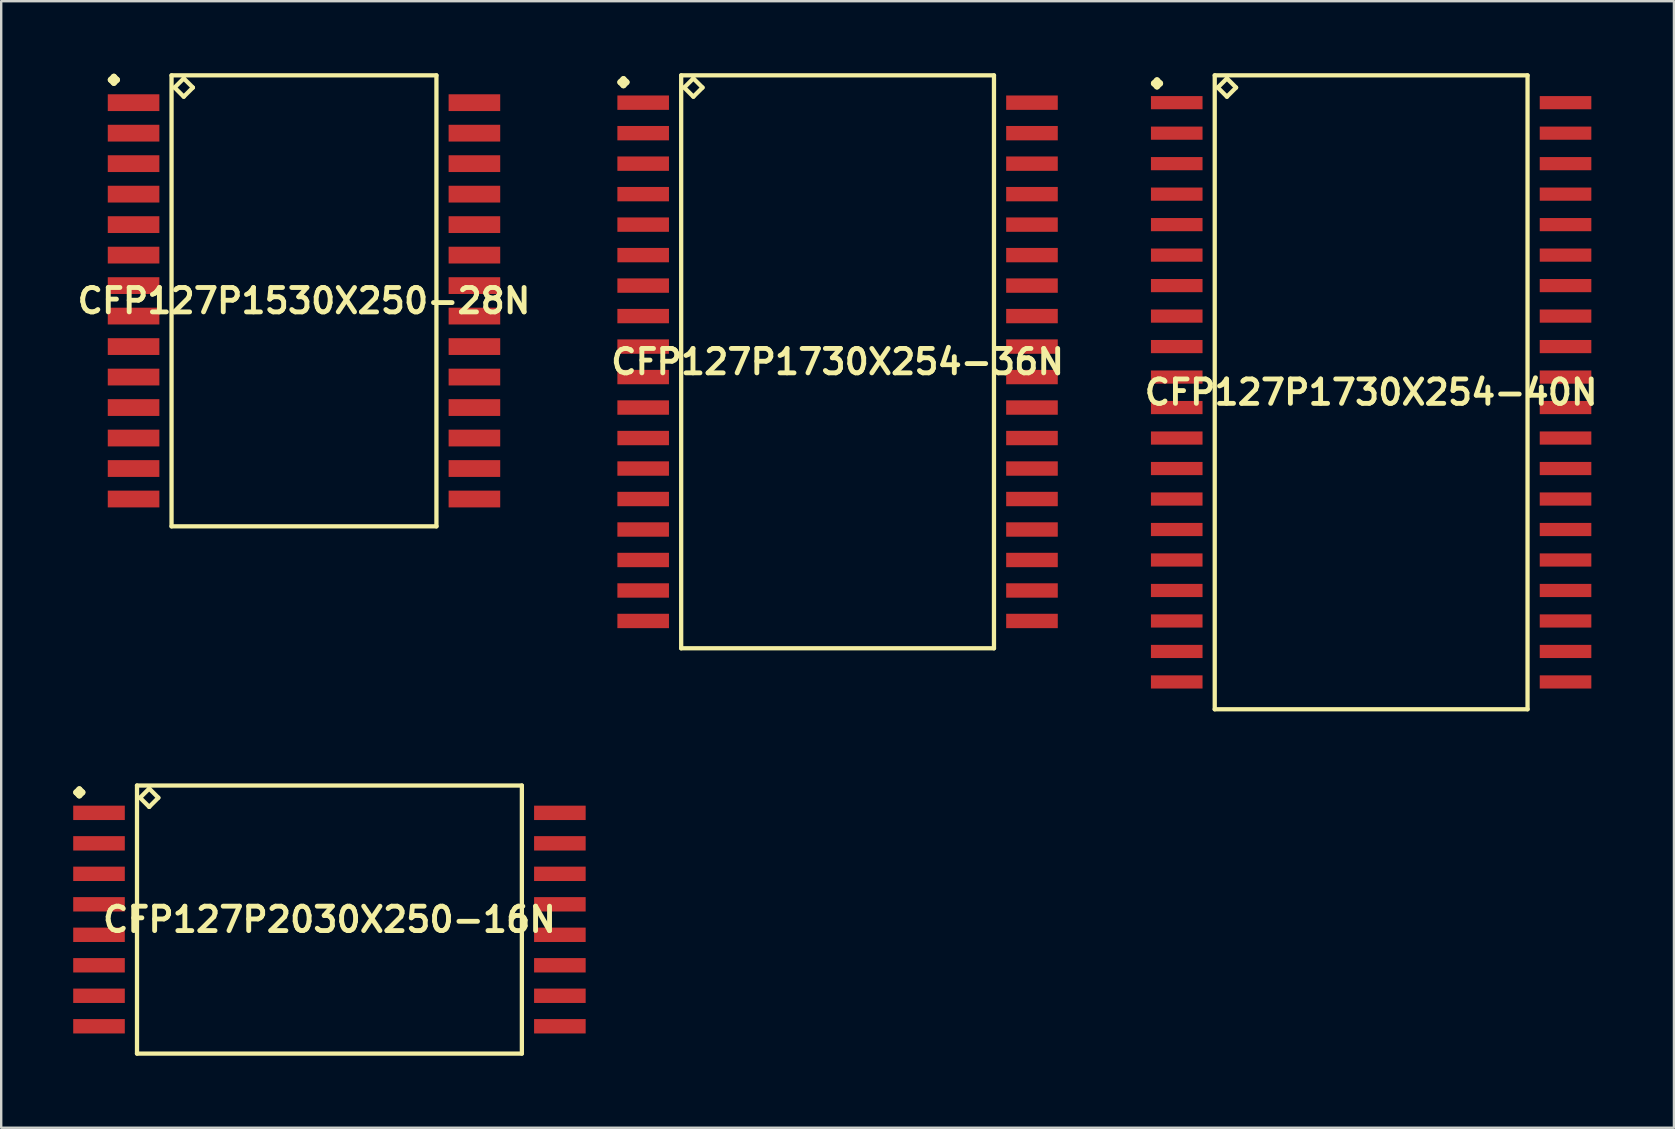
<source format=kicad_pcb>
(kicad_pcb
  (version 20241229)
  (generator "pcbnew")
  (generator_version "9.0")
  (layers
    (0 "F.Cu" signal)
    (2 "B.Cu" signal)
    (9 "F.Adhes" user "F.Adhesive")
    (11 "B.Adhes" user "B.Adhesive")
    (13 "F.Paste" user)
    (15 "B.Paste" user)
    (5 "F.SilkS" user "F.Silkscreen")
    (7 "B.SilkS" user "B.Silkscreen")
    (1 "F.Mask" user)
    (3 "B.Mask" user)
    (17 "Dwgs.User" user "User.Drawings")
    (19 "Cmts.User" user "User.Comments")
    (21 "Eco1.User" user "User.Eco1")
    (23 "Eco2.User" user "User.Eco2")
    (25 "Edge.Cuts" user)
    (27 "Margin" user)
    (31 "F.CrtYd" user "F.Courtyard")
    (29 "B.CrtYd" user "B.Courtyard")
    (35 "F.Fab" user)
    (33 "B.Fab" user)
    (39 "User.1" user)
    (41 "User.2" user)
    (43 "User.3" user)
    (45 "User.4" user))
  (footprint "CFP127P1730X254-36N"
    (layer "F.Cu")
    (at 31.84 12.022)
    (property "Reference" "CFP127P1730X254-36N" (at 0 0 0) (layer "F.SilkS") (effects (font (size 1.016 1.016) (thickness 0.203))))
    (attr smd)
    (fp_line (start -9.047 -11.648) (end -8.92 -11.775) (stroke (width 0.254) (type solid)) (layer "F.SilkS"))
    (fp_line (start -8.92 -11.775) (end -8.793 -11.648) (stroke (width 0.254) (type solid)) (layer "F.SilkS"))
    (fp_line (start -8.92 -11.521) (end -9.047 -11.648) (stroke (width 0.254) (type solid)) (layer "F.SilkS"))
    (fp_line (start -8.793 -11.648) (end -8.92 -11.521) (stroke (width 0.254) (type solid)) (layer "F.SilkS"))
    (fp_line (start -6.515 -11.933) (end -6.515 11.933) (stroke (width 0.178) (type solid)) (layer "F.SilkS"))
    (fp_line (start -6.515 11.933) (end 6.515 11.933) (stroke (width 0.178) (type solid)) (layer "F.SilkS"))
    (fp_line (start -6.388 -11.425) (end -6.007 -11.806) (stroke (width 0.178) (type solid)) (layer "F.SilkS"))
    (fp_line (start -6.007 -11.806) (end -5.626 -11.425) (stroke (width 0.178) (type solid)) (layer "F.SilkS"))
    (fp_line (start -6.007 -11.044) (end -6.388 -11.425) (stroke (width 0.178) (type solid)) (layer "F.SilkS"))
    (fp_line (start -5.626 -11.425) (end -6.007 -11.044) (stroke (width 0.178) (type solid)) (layer "F.SilkS"))
    (fp_line (start 6.515 -11.933) (end -6.515 -11.933) (stroke (width 0.178) (type solid)) (layer "F.SilkS"))
    (fp_line (start 6.515 11.933) (end 6.515 -11.933) (stroke (width 0.178) (type solid)) (layer "F.SilkS"))
    (pad "1" smd rect (at -8.098 -10.795) (size 2.149 0.599) (layers "F.Cu" "F.Mask" "F.Paste"))
    (pad "2" smd rect (at -8.098 -9.525) (size 2.149 0.599) (layers "F.Cu" "F.Mask" "F.Paste"))
    (pad "3" smd rect (at -8.098 -8.255) (size 2.149 0.599) (layers "F.Cu" "F.Mask" "F.Paste"))
    (pad "4" smd rect (at -8.098 -6.985) (size 2.149 0.599) (layers "F.Cu" "F.Mask" "F.Paste"))
    (pad "5" smd rect (at -8.098 -5.715) (size 2.149 0.599) (layers "F.Cu" "F.Mask" "F.Paste"))
    (pad "6" smd rect (at -8.098 -4.445) (size 2.149 0.599) (layers "F.Cu" "F.Mask" "F.Paste"))
    (pad "7" smd rect (at -8.098 -3.175) (size 2.149 0.599) (layers "F.Cu" "F.Mask" "F.Paste"))
    (pad "8" smd rect (at -8.098 -1.905) (size 2.149 0.599) (layers "F.Cu" "F.Mask" "F.Paste"))
    (pad "9" smd rect (at -8.098 -0.635) (size 2.149 0.599) (layers "F.Cu" "F.Mask" "F.Paste"))
    (pad "10" smd rect (at -8.098 0.635) (size 2.149 0.599) (layers "F.Cu" "F.Mask" "F.Paste"))
    (pad "11" smd rect (at -8.098 1.905) (size 2.149 0.599) (layers "F.Cu" "F.Mask" "F.Paste"))
    (pad "12" smd rect (at -8.098 3.175) (size 2.149 0.599) (layers "F.Cu" "F.Mask" "F.Paste"))
    (pad "13" smd rect (at -8.098 4.445) (size 2.149 0.599) (layers "F.Cu" "F.Mask" "F.Paste"))
    (pad "14" smd rect (at -8.098 5.715) (size 2.149 0.599) (layers "F.Cu" "F.Mask" "F.Paste"))
    (pad "15" smd rect (at -8.098 6.985) (size 2.149 0.599) (layers "F.Cu" "F.Mask" "F.Paste"))
    (pad "16" smd rect (at -8.098 8.255) (size 2.149 0.599) (layers "F.Cu" "F.Mask" "F.Paste"))
    (pad "17" smd rect (at -8.098 9.525) (size 2.149 0.599) (layers "F.Cu" "F.Mask" "F.Paste"))
    (pad "18" smd rect (at -8.098 10.795) (size 2.149 0.599) (layers "F.Cu" "F.Mask" "F.Paste"))
    (pad "19" smd rect (at 8.098 10.795) (size 2.149 0.599) (layers "F.Cu" "F.Mask" "F.Paste"))
    (pad "20" smd rect (at 8.098 9.525) (size 2.149 0.599) (layers "F.Cu" "F.Mask" "F.Paste"))
    (pad "21" smd rect (at 8.098 8.255) (size 2.149 0.599) (layers "F.Cu" "F.Mask" "F.Paste"))
    (pad "22" smd rect (at 8.098 6.985) (size 2.149 0.599) (layers "F.Cu" "F.Mask" "F.Paste"))
    (pad "23" smd rect (at 8.098 5.715) (size 2.149 0.599) (layers "F.Cu" "F.Mask" "F.Paste"))
    (pad "24" smd rect (at 8.098 4.445) (size 2.149 0.599) (layers "F.Cu" "F.Mask" "F.Paste"))
    (pad "25" smd rect (at 8.098 3.175) (size 2.149 0.599) (layers "F.Cu" "F.Mask" "F.Paste"))
    (pad "26" smd rect (at 8.098 1.905) (size 2.149 0.599) (layers "F.Cu" "F.Mask" "F.Paste"))
    (pad "27" smd rect (at 8.098 0.635) (size 2.149 0.599) (layers "F.Cu" "F.Mask" "F.Paste"))
    (pad "28" smd rect (at 8.098 -0.635) (size 2.149 0.599) (layers "F.Cu" "F.Mask" "F.Paste"))
    (pad "29" smd rect (at 8.098 -1.905) (size 2.149 0.599) (layers "F.Cu" "F.Mask" "F.Paste"))
    (pad "30" smd rect (at 8.098 -3.175) (size 2.149 0.599) (layers "F.Cu" "F.Mask" "F.Paste"))
    (pad "31" smd rect (at 8.098 -4.445) (size 2.149 0.599) (layers "F.Cu" "F.Mask" "F.Paste"))
    (pad "32" smd rect (at 8.098 -5.715) (size 2.149 0.599) (layers "F.Cu" "F.Mask" "F.Paste"))
    (pad "33" smd rect (at 8.098 -6.985) (size 2.149 0.599) (layers "F.Cu" "F.Mask" "F.Paste"))
    (pad "34" smd rect (at 8.098 -8.255) (size 2.149 0.599) (layers "F.Cu" "F.Mask" "F.Paste"))
    (pad "35" smd rect (at 8.098 -9.525) (size 2.149 0.599) (layers "F.Cu" "F.Mask" "F.Paste"))
    (pad "36" smd rect (at 8.098 -10.795) (size 2.149 0.599) (layers "F.Cu" "F.Mask" "F.Paste")))
  (footprint "CFP127P1730X254-40N"
    (layer "F.Cu")
    (at 54.066 13.292)
    (property "Reference" "CFP127P1730X254-40N" (at 0 0 0) (layer "F.SilkS") (effects (font (size 1.016 1.016) (thickness 0.203))))
    (attr smd)
    (fp_line (start -9.047 -12.868) (end -8.92 -12.995) (stroke (width 0.254) (type solid)) (layer "F.SilkS"))
    (fp_line (start -8.92 -12.995) (end -8.793 -12.868) (stroke (width 0.254) (type solid)) (layer "F.SilkS"))
    (fp_line (start -8.92 -12.741) (end -9.047 -12.868) (stroke (width 0.254) (type solid)) (layer "F.SilkS"))
    (fp_line (start -8.793 -12.868) (end -8.92 -12.741) (stroke (width 0.254) (type solid)) (layer "F.SilkS"))
    (fp_line (start -6.515 -13.203) (end -6.515 13.203) (stroke (width 0.178) (type solid)) (layer "F.SilkS"))
    (fp_line (start -6.515 13.203) (end 6.515 13.203) (stroke (width 0.178) (type solid)) (layer "F.SilkS"))
    (fp_line (start -6.388 -12.695) (end -6.007 -13.076) (stroke (width 0.178) (type solid)) (layer "F.SilkS"))
    (fp_line (start -6.007 -13.076) (end -5.626 -12.695) (stroke (width 0.178) (type solid)) (layer "F.SilkS"))
    (fp_line (start -6.007 -12.314) (end -6.388 -12.695) (stroke (width 0.178) (type solid)) (layer "F.SilkS"))
    (fp_line (start -5.626 -12.695) (end -6.007 -12.314) (stroke (width 0.178) (type solid)) (layer "F.SilkS"))
    (fp_line (start 6.515 -13.203) (end -6.515 -13.203) (stroke (width 0.178) (type solid)) (layer "F.SilkS"))
    (fp_line (start 6.515 13.203) (end 6.515 -13.203) (stroke (width 0.178) (type solid)) (layer "F.SilkS"))
    (pad "1" smd rect (at -8.098 -12.065) (size 2.149 0.549) (layers "F.Cu" "F.Mask" "F.Paste"))
    (pad "2" smd rect (at -8.098 -10.795) (size 2.149 0.549) (layers "F.Cu" "F.Mask" "F.Paste"))
    (pad "3" smd rect (at -8.098 -9.525) (size 2.149 0.549) (layers "F.Cu" "F.Mask" "F.Paste"))
    (pad "4" smd rect (at -8.098 -8.255) (size 2.149 0.549) (layers "F.Cu" "F.Mask" "F.Paste"))
    (pad "5" smd rect (at -8.098 -6.985) (size 2.149 0.549) (layers "F.Cu" "F.Mask" "F.Paste"))
    (pad "6" smd rect (at -8.098 -5.715) (size 2.149 0.549) (layers "F.Cu" "F.Mask" "F.Paste"))
    (pad "7" smd rect (at -8.098 -4.445) (size 2.149 0.549) (layers "F.Cu" "F.Mask" "F.Paste"))
    (pad "8" smd rect (at -8.098 -3.175) (size 2.149 0.549) (layers "F.Cu" "F.Mask" "F.Paste"))
    (pad "9" smd rect (at -8.098 -1.905) (size 2.149 0.549) (layers "F.Cu" "F.Mask" "F.Paste"))
    (pad "10" smd rect (at -8.098 -0.635) (size 2.149 0.549) (layers "F.Cu" "F.Mask" "F.Paste"))
    (pad "11" smd rect (at -8.098 0.635) (size 2.149 0.549) (layers "F.Cu" "F.Mask" "F.Paste"))
    (pad "12" smd rect (at -8.098 1.905) (size 2.149 0.549) (layers "F.Cu" "F.Mask" "F.Paste"))
    (pad "13" smd rect (at -8.098 3.175) (size 2.149 0.549) (layers "F.Cu" "F.Mask" "F.Paste"))
    (pad "14" smd rect (at -8.098 4.445) (size 2.149 0.549) (layers "F.Cu" "F.Mask" "F.Paste"))
    (pad "15" smd rect (at -8.098 5.715) (size 2.149 0.549) (layers "F.Cu" "F.Mask" "F.Paste"))
    (pad "16" smd rect (at -8.098 6.985) (size 2.149 0.549) (layers "F.Cu" "F.Mask" "F.Paste"))
    (pad "17" smd rect (at -8.098 8.255) (size 2.149 0.549) (layers "F.Cu" "F.Mask" "F.Paste"))
    (pad "18" smd rect (at -8.098 9.525) (size 2.149 0.549) (layers "F.Cu" "F.Mask" "F.Paste"))
    (pad "19" smd rect (at -8.098 10.795) (size 2.149 0.549) (layers "F.Cu" "F.Mask" "F.Paste"))
    (pad "20" smd rect (at -8.098 12.065) (size 2.149 0.549) (layers "F.Cu" "F.Mask" "F.Paste"))
    (pad "21" smd rect (at 8.098 12.065) (size 2.149 0.549) (layers "F.Cu" "F.Mask" "F.Paste"))
    (pad "22" smd rect (at 8.098 10.795) (size 2.149 0.549) (layers "F.Cu" "F.Mask" "F.Paste"))
    (pad "23" smd rect (at 8.098 9.525) (size 2.149 0.549) (layers "F.Cu" "F.Mask" "F.Paste"))
    (pad "24" smd rect (at 8.098 8.255) (size 2.149 0.549) (layers "F.Cu" "F.Mask" "F.Paste"))
    (pad "25" smd rect (at 8.098 6.985) (size 2.149 0.549) (layers "F.Cu" "F.Mask" "F.Paste"))
    (pad "26" smd rect (at 8.098 5.715) (size 2.149 0.549) (layers "F.Cu" "F.Mask" "F.Paste"))
    (pad "27" smd rect (at 8.098 4.445) (size 2.149 0.549) (layers "F.Cu" "F.Mask" "F.Paste"))
    (pad "28" smd rect (at 8.098 3.175) (size 2.149 0.549) (layers "F.Cu" "F.Mask" "F.Paste"))
    (pad "29" smd rect (at 8.098 1.905) (size 2.149 0.549) (layers "F.Cu" "F.Mask" "F.Paste"))
    (pad "30" smd rect (at 8.098 0.635) (size 2.149 0.549) (layers "F.Cu" "F.Mask" "F.Paste"))
    (pad "31" smd rect (at 8.098 -0.635) (size 2.149 0.549) (layers "F.Cu" "F.Mask" "F.Paste"))
    (pad "32" smd rect (at 8.098 -1.905) (size 2.149 0.549) (layers "F.Cu" "F.Mask" "F.Paste"))
    (pad "33" smd rect (at 8.098 -3.175) (size 2.149 0.549) (layers "F.Cu" "F.Mask" "F.Paste"))
    (pad "34" smd rect (at 8.098 -4.445) (size 2.149 0.549) (layers "F.Cu" "F.Mask" "F.Paste"))
    (pad "35" smd rect (at 8.098 -5.715) (size 2.149 0.549) (layers "F.Cu" "F.Mask" "F.Paste"))
    (pad "36" smd rect (at 8.098 -6.985) (size 2.149 0.549) (layers "F.Cu" "F.Mask" "F.Paste"))
    (pad "37" smd rect (at 8.098 -8.255) (size 2.149 0.549) (layers "F.Cu" "F.Mask" "F.Paste"))
    (pad "38" smd rect (at 8.098 -9.525) (size 2.149 0.549) (layers "F.Cu" "F.Mask" "F.Paste"))
    (pad "39" smd rect (at 8.098 -10.795) (size 2.149 0.549) (layers "F.Cu" "F.Mask" "F.Paste"))
    (pad "40" smd rect (at 8.098 -12.065) (size 2.149 0.549) (layers "F.Cu" "F.Mask" "F.Paste")))
  (footprint "CFP127P1530X250-28N"
    (layer "F.Cu")
    (at 9.613 9.482)
    (property "Reference" "CFP127P1530X250-28N" (at 0 0 0) (layer "F.SilkS") (effects (font (size 1.016 1.016) (thickness 0.203))))
    (attr smd)
    (fp_line (start -8.047 -9.207) (end -7.92 -9.335) (stroke (width 0.254) (type solid)) (layer "F.SilkS"))
    (fp_line (start -7.92 -9.335) (end -7.793 -9.207) (stroke (width 0.254) (type solid)) (layer "F.SilkS"))
    (fp_line (start -7.92 -9.081) (end -8.047 -9.207) (stroke (width 0.254) (type solid)) (layer "F.SilkS"))
    (fp_line (start -7.793 -9.207) (end -7.92 -9.081) (stroke (width 0.254) (type solid)) (layer "F.SilkS"))
    (fp_line (start -5.517 -9.393) (end -5.517 9.393) (stroke (width 0.178) (type solid)) (layer "F.SilkS"))
    (fp_line (start -5.517 9.393) (end 5.517 9.393) (stroke (width 0.178) (type solid)) (layer "F.SilkS"))
    (fp_line (start -5.39 -8.885) (end -5.009 -9.266) (stroke (width 0.178) (type solid)) (layer "F.SilkS"))
    (fp_line (start -5.009 -9.266) (end -4.628 -8.885) (stroke (width 0.178) (type solid)) (layer "F.SilkS"))
    (fp_line (start -5.009 -8.504) (end -5.39 -8.885) (stroke (width 0.178) (type solid)) (layer "F.SilkS"))
    (fp_line (start -4.628 -8.885) (end -5.009 -8.504) (stroke (width 0.178) (type solid)) (layer "F.SilkS"))
    (fp_line (start 5.517 -9.393) (end -5.517 -9.393) (stroke (width 0.178) (type solid)) (layer "F.SilkS"))
    (fp_line (start 5.517 9.393) (end 5.517 -9.393) (stroke (width 0.178) (type solid)) (layer "F.SilkS"))
    (pad "1" smd rect (at -7.099 -8.255) (size 2.149 0.699) (layers "F.Cu" "F.Mask" "F.Paste"))
    (pad "2" smd rect (at -7.099 -6.985) (size 2.149 0.699) (layers "F.Cu" "F.Mask" "F.Paste"))
    (pad "3" smd rect (at -7.099 -5.715) (size 2.149 0.699) (layers "F.Cu" "F.Mask" "F.Paste"))
    (pad "4" smd rect (at -7.099 -4.445) (size 2.149 0.699) (layers "F.Cu" "F.Mask" "F.Paste"))
    (pad "5" smd rect (at -7.099 -3.175) (size 2.149 0.699) (layers "F.Cu" "F.Mask" "F.Paste"))
    (pad "6" smd rect (at -7.099 -1.905) (size 2.149 0.699) (layers "F.Cu" "F.Mask" "F.Paste"))
    (pad "7" smd rect (at -7.099 -0.635) (size 2.149 0.699) (layers "F.Cu" "F.Mask" "F.Paste"))
    (pad "8" smd rect (at -7.099 0.635) (size 2.149 0.699) (layers "F.Cu" "F.Mask" "F.Paste"))
    (pad "9" smd rect (at -7.099 1.905) (size 2.149 0.699) (layers "F.Cu" "F.Mask" "F.Paste"))
    (pad "10" smd rect (at -7.099 3.175) (size 2.149 0.699) (layers "F.Cu" "F.Mask" "F.Paste"))
    (pad "11" smd rect (at -7.099 4.445) (size 2.149 0.699) (layers "F.Cu" "F.Mask" "F.Paste"))
    (pad "12" smd rect (at -7.099 5.715) (size 2.149 0.699) (layers "F.Cu" "F.Mask" "F.Paste"))
    (pad "13" smd rect (at -7.099 6.985) (size 2.149 0.699) (layers "F.Cu" "F.Mask" "F.Paste"))
    (pad "14" smd rect (at -7.099 8.255) (size 2.149 0.699) (layers "F.Cu" "F.Mask" "F.Paste"))
    (pad "15" smd rect (at 7.099 8.255) (size 2.149 0.699) (layers "F.Cu" "F.Mask" "F.Paste"))
    (pad "16" smd rect (at 7.099 6.985) (size 2.149 0.699) (layers "F.Cu" "F.Mask" "F.Paste"))
    (pad "17" smd rect (at 7.099 5.715) (size 2.149 0.699) (layers "F.Cu" "F.Mask" "F.Paste"))
    (pad "18" smd rect (at 7.099 4.445) (size 2.149 0.699) (layers "F.Cu" "F.Mask" "F.Paste"))
    (pad "19" smd rect (at 7.099 3.175) (size 2.149 0.699) (layers "F.Cu" "F.Mask" "F.Paste"))
    (pad "20" smd rect (at 7.099 1.905) (size 2.149 0.699) (layers "F.Cu" "F.Mask" "F.Paste"))
    (pad "21" smd rect (at 7.099 0.635) (size 2.149 0.699) (layers "F.Cu" "F.Mask" "F.Paste"))
    (pad "22" smd rect (at 7.099 -0.635) (size 2.149 0.699) (layers "F.Cu" "F.Mask" "F.Paste"))
    (pad "23" smd rect (at 7.099 -1.905) (size 2.149 0.699) (layers "F.Cu" "F.Mask" "F.Paste"))
    (pad "24" smd rect (at 7.099 -3.175) (size 2.149 0.699) (layers "F.Cu" "F.Mask" "F.Paste"))
    (pad "25" smd rect (at 7.099 -4.445) (size 2.149 0.699) (layers "F.Cu" "F.Mask" "F.Paste"))
    (pad "26" smd rect (at 7.099 -5.715) (size 2.149 0.699) (layers "F.Cu" "F.Mask" "F.Paste"))
    (pad "27" smd rect (at 7.099 -6.985) (size 2.149 0.699) (layers "F.Cu" "F.Mask" "F.Paste"))
    (pad "28" smd rect (at 7.099 -8.255) (size 2.149 0.699) (layers "F.Cu" "F.Mask" "F.Paste")))
  (footprint "CFP127P2030X250-16N"
    (layer "F.Cu")
    (at 10.673 35.255)
    (property "Reference" "CFP127P2030X250-16N" (at 0 0 0) (layer "F.SilkS") (effects (font (size 1.016 1.016) (thickness 0.203))))
    (attr smd)
    (fp_line (start -10.546 -5.298) (end -10.419 -5.425) (stroke (width 0.254) (type solid)) (layer "F.SilkS"))
    (fp_line (start -10.419 -5.425) (end -10.292 -5.298) (stroke (width 0.254) (type solid)) (layer "F.SilkS"))
    (fp_line (start -10.419 -5.171) (end -10.546 -5.298) (stroke (width 0.254) (type solid)) (layer "F.SilkS"))
    (fp_line (start -10.292 -5.298) (end -10.419 -5.171) (stroke (width 0.254) (type solid)) (layer "F.SilkS"))
    (fp_line (start -8.016 -5.583) (end -8.016 5.583) (stroke (width 0.178) (type solid)) (layer "F.SilkS"))
    (fp_line (start -8.016 5.583) (end 8.016 5.583) (stroke (width 0.178) (type solid)) (layer "F.SilkS"))
    (fp_line (start -7.889 -5.075) (end -7.508 -5.456) (stroke (width 0.178) (type solid)) (layer "F.SilkS"))
    (fp_line (start -7.508 -5.456) (end -7.127 -5.075) (stroke (width 0.178) (type solid)) (layer "F.SilkS"))
    (fp_line (start -7.508 -4.694) (end -7.889 -5.075) (stroke (width 0.178) (type solid)) (layer "F.SilkS"))
    (fp_line (start -7.127 -5.075) (end -7.508 -4.694) (stroke (width 0.178) (type solid)) (layer "F.SilkS"))
    (fp_line (start 8.016 -5.583) (end -8.016 -5.583) (stroke (width 0.178) (type solid)) (layer "F.SilkS"))
    (fp_line (start 8.016 5.583) (end 8.016 -5.583) (stroke (width 0.178) (type solid)) (layer "F.SilkS"))
    (pad "1" smd rect (at -9.599 -4.445) (size 2.149 0.599) (layers "F.Cu" "F.Mask" "F.Paste"))
    (pad "2" smd rect (at -9.599 -3.175) (size 2.149 0.599) (layers "F.Cu" "F.Mask" "F.Paste"))
    (pad "3" smd rect (at -9.599 -1.905) (size 2.149 0.599) (layers "F.Cu" "F.Mask" "F.Paste"))
    (pad "4" smd rect (at -9.599 -0.635) (size 2.149 0.599) (layers "F.Cu" "F.Mask" "F.Paste"))
    (pad "5" smd rect (at -9.599 0.635) (size 2.149 0.599) (layers "F.Cu" "F.Mask" "F.Paste"))
    (pad "6" smd rect (at -9.599 1.905) (size 2.149 0.599) (layers "F.Cu" "F.Mask" "F.Paste"))
    (pad "7" smd rect (at -9.599 3.175) (size 2.149 0.599) (layers "F.Cu" "F.Mask" "F.Paste"))
    (pad "8" smd rect (at -9.599 4.445) (size 2.149 0.599) (layers "F.Cu" "F.Mask" "F.Paste"))
    (pad "9" smd rect (at 9.599 4.445) (size 2.149 0.599) (layers "F.Cu" "F.Mask" "F.Paste"))
    (pad "10" smd rect (at 9.599 3.175) (size 2.149 0.599) (layers "F.Cu" "F.Mask" "F.Paste"))
    (pad "11" smd rect (at 9.599 1.905) (size 2.149 0.599) (layers "F.Cu" "F.Mask" "F.Paste"))
    (pad "12" smd rect (at 9.599 0.635) (size 2.149 0.599) (layers "F.Cu" "F.Mask" "F.Paste"))
    (pad "13" smd rect (at 9.599 -0.635) (size 2.149 0.599) (layers "F.Cu" "F.Mask" "F.Paste"))
    (pad "14" smd rect (at 9.599 -1.905) (size 2.149 0.599) (layers "F.Cu" "F.Mask" "F.Paste"))
    (pad "15" smd rect (at 9.599 -3.175) (size 2.149 0.599) (layers "F.Cu" "F.Mask" "F.Paste"))
    (pad "16" smd rect (at 9.599 -4.445) (size 2.149 0.599) (layers "F.Cu" "F.Mask" "F.Paste")))
  (gr_rect
    (start -3 -3)
    (end 66.68 43.927)
    (stroke (width 0.1) (type default))
    (fill no)
    (layer "Edge.Cuts")))
</source>
